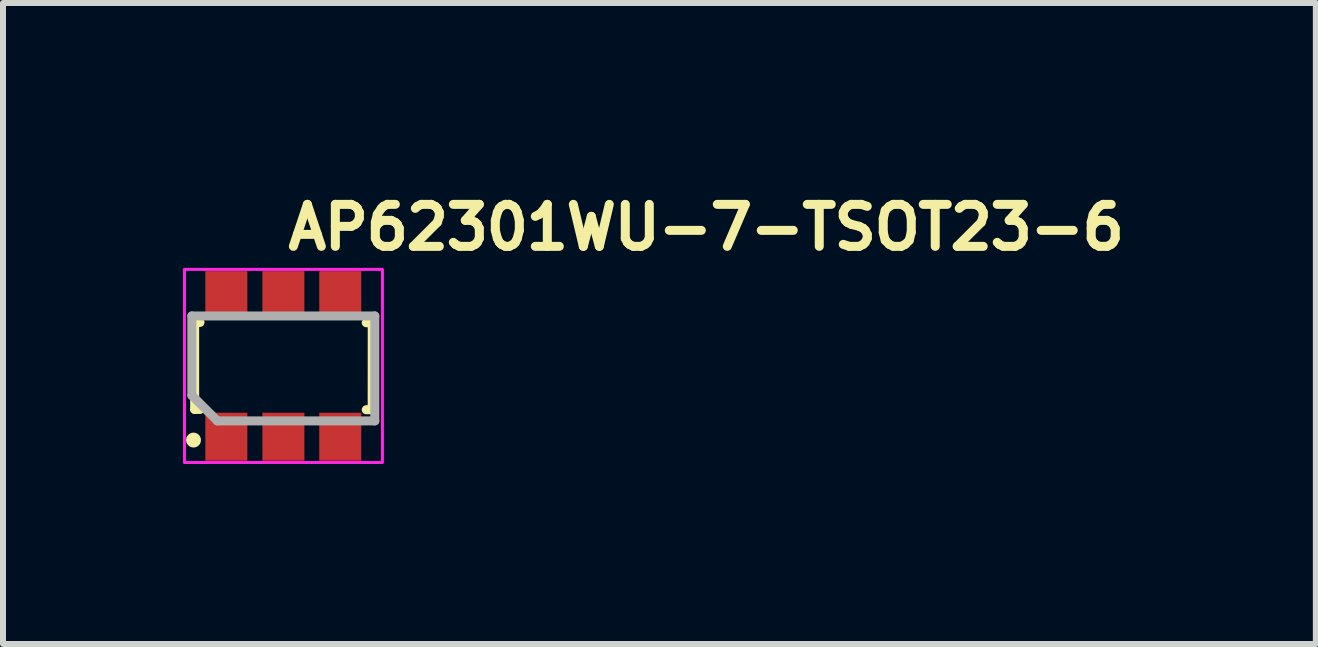
<source format=kicad_pcb>
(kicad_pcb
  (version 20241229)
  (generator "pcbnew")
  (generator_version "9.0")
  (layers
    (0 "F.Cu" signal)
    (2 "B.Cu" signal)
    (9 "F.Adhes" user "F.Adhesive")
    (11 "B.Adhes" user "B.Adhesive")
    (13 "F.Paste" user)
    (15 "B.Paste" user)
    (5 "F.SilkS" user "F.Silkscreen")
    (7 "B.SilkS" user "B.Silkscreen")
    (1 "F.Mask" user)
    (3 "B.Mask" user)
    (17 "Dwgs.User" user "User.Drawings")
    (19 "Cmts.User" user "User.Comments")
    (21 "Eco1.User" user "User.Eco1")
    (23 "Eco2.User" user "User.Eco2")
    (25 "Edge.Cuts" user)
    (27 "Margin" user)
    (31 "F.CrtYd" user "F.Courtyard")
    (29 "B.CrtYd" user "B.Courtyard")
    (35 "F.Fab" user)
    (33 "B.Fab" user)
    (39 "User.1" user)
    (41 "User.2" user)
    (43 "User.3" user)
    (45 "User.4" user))
  (footprint "AP62301WU-7-TSOT23-6"
    (layer "F.Cu")
    (at 1.675 3.05)
    (property "Reference" "AP62301WU-7-TSOT23-6" (at 0 -1.9 0) (layer "F.SilkS") (effects (font (size 0.7 0.7) (thickness 0.15)) (justify left bottom)))
    (attr smd)
    (fp_line (start -1.48 0.725) (end -1.48 -0.725) (stroke (width 0.15) (type solid)) (layer "F.SilkS"))
    (fp_line (start -1.48 0.725) (end -1.391 0.725) (stroke (width 0.15) (type solid)) (layer "F.SilkS"))
    (fp_line (start -1.48 -0.725) (end -1.391 -0.725) (stroke (width 0.15) (type solid)) (layer "F.SilkS"))
    (fp_line (start 1.479 0.73) (end 1.38 0.73) (stroke (width 0.15) (type solid)) (layer "F.SilkS"))
    (fp_line (start 1.48 -0.72) (end 1.38 -0.72) (stroke (width 0.15) (type solid)) (layer "F.SilkS"))
    (fp_line (start 1.48 -0.72) (end 1.479 0.73) (stroke (width 0.15) (type solid)) (layer "F.SilkS"))
    (fp_circle (center -1.499 1.236) (end -1.45 1.236) (stroke (width 0.15) (type solid)) (fill yes) (layer "F.SilkS"))
    (fp_rect (start -1.65 -1.61) (end 1.65 1.61) (stroke (width 0.05) (type solid)) (fill no) (layer "F.CrtYd"))
    (fp_line (start -1.527 -0.833) (end 1.523 -0.833) (stroke (width 0.15) (type solid)) (layer "F.Fab"))
    (fp_line (start -1.527 0.491) (end -1.527 -0.833) (stroke (width 0.15) (type solid)) (layer "F.Fab"))
    (fp_line (start -1.527 0.491) (end -1.102 0.916) (stroke (width 0.15) (type solid)) (layer "F.Fab"))
    (fp_line (start -1.102 0.916) (end 1.523 0.916) (stroke (width 0.15) (type solid)) (layer "F.Fab"))
    (fp_line (start 1.523 -0.833) (end 1.523 0.916) (stroke (width 0.15) (type solid)) (layer "F.Fab"))
    (fp_rect (start -1.395 -1.215) (end 1.397 1.21) (stroke (width 0.1) (type solid)) (fill no) (layer "User.5"))
    (fp_line (start -1.395 -0.63) (end -1.181 -0.63) (stroke (width 0.02) (type solid)) (layer "User.9"))
    (fp_line (start -1.395 0.64) (end -1.395 -0.63) (stroke (width 0.02) (type solid)) (layer "User.9"))
    (fp_line (start -1.395 0.64) (end -1.212 0.455) (stroke (width 0.02) (type solid)) (layer "User.9"))
    (fp_line (start -1.212 -0.445) (end -1.395 -0.63) (stroke (width 0.02) (type solid)) (layer "User.9"))
    (fp_line (start -1.212 -0.445) (end -1.212 0.455) (stroke (width 0.02) (type solid)) (layer "User.9"))
    (fp_line (start -1.212 0.455) (end 1.212 0.455) (stroke (width 0.02) (type solid)) (layer "User.9"))
    (fp_line (start -1.181 -1.215) (end -0.723 -1.215) (stroke (width 0.02) (type solid)) (layer "User.9"))
    (fp_line (start -1.181 -1.011) (end -1.181 -1.215) (stroke (width 0.02) (type solid)) (layer "User.9"))
    (fp_line (start -1.181 -0.936) (end -1.181 -1.011) (stroke (width 0.02) (type solid)) (layer "User.9"))
    (fp_line (start -1.181 -0.936) (end -0.723 -0.936) (stroke (width 0.02) (type solid)) (layer "User.9"))
    (fp_line (start -1.181 -0.657) (end -1.181 -0.936) (stroke (width 0.02) (type solid)) (layer "User.9"))
    (fp_line (start -1.181 -0.621) (end -1.181 -0.657) (stroke (width 0.02) (type solid)) (layer "User.9"))
    (fp_line (start -1.181 0.63) (end -1.181 0.653) (stroke (width 0.02) (type solid)) (layer "User.9"))
    (fp_line (start -1.181 0.63) (end -0.723 0.63) (stroke (width 0.02) (type solid)) (layer "User.9"))
    (fp_line (start -1.181 0.64) (end -1.395 0.64) (stroke (width 0.02) (type solid)) (layer "User.9"))
    (fp_line (start -1.181 0.653) (end -1.181 0.932) (stroke (width 0.02) (type solid)) (layer "User.9"))
    (fp_line (start -1.181 0.932) (end -1.181 1.008) (stroke (width 0.02) (type solid)) (layer "User.9"))
    (fp_line (start -1.181 1.008) (end -1.181 1.21) (stroke (width 0.02) (type solid)) (layer "User.9"))
    (fp_line (start -0.723 -1.011) (end -0.723 -1.215) (stroke (width 0.02) (type solid)) (layer "User.9"))
    (fp_line (start -0.723 -0.936) (end -0.723 -1.011) (stroke (width 0.02) (type solid)) (layer "User.9"))
    (fp_line (start -0.723 -0.657) (end -0.723 -0.936) (stroke (width 0.02) (type solid)) (layer "User.9"))
    (fp_line (start -0.723 -0.63) (end -0.229 -0.63) (stroke (width 0.02) (type solid)) (layer "User.9"))
    (fp_line (start -0.723 -0.621) (end -1.181 -0.621) (stroke (width 0.02) (type solid)) (layer "User.9"))
    (fp_line (start -0.723 -0.621) (end -0.723 -0.657) (stroke (width 0.02) (type solid)) (layer "User.9"))
    (fp_line (start -0.723 0.63) (end -0.723 0.653) (stroke (width 0.02) (type solid)) (layer "User.9"))
    (fp_line (start -0.723 0.653) (end -0.723 0.932) (stroke (width 0.02) (type solid)) (layer "User.9"))
    (fp_line (start -0.723 0.932) (end -1.181 0.932) (stroke (width 0.02) (type solid)) (layer "User.9"))
    (fp_line (start -0.723 0.932) (end -0.723 1.008) (stroke (width 0.02) (type solid)) (layer "User.9"))
    (fp_line (start -0.723 1.008) (end -0.723 1.21) (stroke (width 0.02) (type solid)) (layer "User.9"))
    (fp_line (start -0.723 1.21) (end -1.181 1.21) (stroke (width 0.02) (type solid)) (layer "User.9"))
    (fp_line (start -0.229 -1.215) (end 0.23 -1.215) (stroke (width 0.02) (type solid)) (layer "User.9"))
    (fp_line (start -0.229 -1.011) (end -0.229 -1.215) (stroke (width 0.02) (type solid)) (layer "User.9"))
    (fp_line (start -0.229 -0.936) (end -0.229 -1.011) (stroke (width 0.02) (type solid)) (layer "User.9"))
    (fp_line (start -0.229 -0.936) (end 0.23 -0.936) (stroke (width 0.02) (type solid)) (layer "User.9"))
    (fp_line (start -0.229 -0.657) (end -0.229 -0.936) (stroke (width 0.02) (type solid)) (layer "User.9"))
    (fp_line (start -0.229 -0.621) (end -0.229 -0.657) (stroke (width 0.02) (type solid)) (layer "User.9"))
    (fp_line (start -0.229 0.63) (end -0.229 0.653) (stroke (width 0.02) (type solid)) (layer "User.9"))
    (fp_line (start -0.229 0.63) (end 0.23 0.63) (stroke (width 0.02) (type solid)) (layer "User.9"))
    (fp_line (start -0.229 0.64) (end -0.723 0.64) (stroke (width 0.02) (type solid)) (layer "User.9"))
    (fp_line (start -0.229 0.653) (end -0.229 0.932) (stroke (width 0.02) (type solid)) (layer "User.9"))
    (fp_line (start -0.229 0.932) (end -0.229 1.008) (stroke (width 0.02) (type solid)) (layer "User.9"))
    (fp_line (start -0.229 1.008) (end -0.229 1.21) (stroke (width 0.02) (type solid)) (layer "User.9"))
    (fp_line (start 0.23 -1.011) (end 0.23 -1.215) (stroke (width 0.02) (type solid)) (layer "User.9"))
    (fp_line (start 0.23 -0.936) (end 0.23 -1.011) (stroke (width 0.02) (type solid)) (layer "User.9"))
    (fp_line (start 0.23 -0.657) (end 0.23 -0.936) (stroke (width 0.02) (type solid)) (layer "User.9"))
    (fp_line (start 0.23 -0.63) (end 0.724 -0.63) (stroke (width 0.02) (type solid)) (layer "User.9"))
    (fp_line (start 0.23 -0.621) (end -0.229 -0.621) (stroke (width 0.02) (type solid)) (layer "User.9"))
    (fp_line (start 0.23 -0.621) (end 0.23 -0.657) (stroke (width 0.02) (type solid)) (layer "User.9"))
    (fp_line (start 0.23 0.63) (end 0.23 0.653) (stroke (width 0.02) (type solid)) (layer "User.9"))
    (fp_line (start 0.23 0.653) (end 0.23 0.932) (stroke (width 0.02) (type solid)) (layer "User.9"))
    (fp_line (start 0.23 0.932) (end -0.229 0.932) (stroke (width 0.02) (type solid)) (layer "User.9"))
    (fp_line (start 0.23 0.932) (end 0.23 1.008) (stroke (width 0.02) (type solid)) (layer "User.9"))
    (fp_line (start 0.23 1.008) (end 0.23 1.21) (stroke (width 0.02) (type solid)) (layer "User.9"))
    (fp_line (start 0.23 1.21) (end -0.229 1.21) (stroke (width 0.02) (type solid)) (layer "User.9"))
    (fp_line (start 0.724 -1.215) (end 1.183 -1.215) (stroke (width 0.02) (type solid)) (layer "User.9"))
    (fp_line (start 0.724 -1.011) (end 0.724 -1.215) (stroke (width 0.02) (type solid)) (layer "User.9"))
    (fp_line (start 0.724 -0.936) (end 0.724 -1.011) (stroke (width 0.02) (type solid)) (layer "User.9"))
    (fp_line (start 0.724 -0.936) (end 1.183 -0.936) (stroke (width 0.02) (type solid)) (layer "User.9"))
    (fp_line (start 0.724 -0.936) (end 1.183 -0.936) (stroke (width 0.02) (type solid)) (layer "User.9"))
    (fp_line (start 0.724 -0.657) (end 0.724 -0.936) (stroke (width 0.02) (type solid)) (layer "User.9"))
    (fp_line (start 0.724 -0.621) (end 0.724 -0.657) (stroke (width 0.02) (type solid)) (layer "User.9"))
    (fp_line (start 0.724 0.63) (end 0.724 0.653) (stroke (width 0.02) (type solid)) (layer "User.9"))
    (fp_line (start 0.724 0.63) (end 1.183 0.63) (stroke (width 0.02) (type solid)) (layer "User.9"))
    (fp_line (start 0.724 0.64) (end 0.23 0.64) (stroke (width 0.02) (type solid)) (layer "User.9"))
    (fp_line (start 0.724 0.653) (end 0.724 0.932) (stroke (width 0.02) (type solid)) (layer "User.9"))
    (fp_line (start 0.724 0.932) (end 0.724 1.008) (stroke (width 0.02) (type solid)) (layer "User.9"))
    (fp_line (start 0.724 1.008) (end 0.724 1.21) (stroke (width 0.02) (type solid)) (layer "User.9"))
    (fp_line (start 1.183 -1.011) (end 1.183 -1.215) (stroke (width 0.02) (type solid)) (layer "User.9"))
    (fp_line (start 1.183 -0.936) (end 1.183 -1.011) (stroke (width 0.02) (type solid)) (layer "User.9"))
    (fp_line (start 1.183 -0.657) (end 1.183 -0.936) (stroke (width 0.02) (type solid)) (layer "User.9"))
    (fp_line (start 1.183 -0.63) (end 1.397 -0.63) (stroke (width 0.02) (type solid)) (layer "User.9"))
    (fp_line (start 1.183 -0.621) (end 0.724 -0.621) (stroke (width 0.02) (type solid)) (layer "User.9"))
    (fp_line (start 1.183 -0.621) (end 1.183 -0.657) (stroke (width 0.02) (type solid)) (layer "User.9"))
    (fp_line (start 1.183 0.63) (end 1.183 0.653) (stroke (width 0.02) (type solid)) (layer "User.9"))
    (fp_line (start 1.183 0.653) (end 1.183 0.932) (stroke (width 0.02) (type solid)) (layer "User.9"))
    (fp_line (start 1.183 0.932) (end 0.724 0.932) (stroke (width 0.02) (type solid)) (layer "User.9"))
    (fp_line (start 1.183 0.932) (end 1.183 1.008) (stroke (width 0.02) (type solid)) (layer "User.9"))
    (fp_line (start 1.183 1.008) (end 1.183 1.21) (stroke (width 0.02) (type solid)) (layer "User.9"))
    (fp_line (start 1.183 1.21) (end 0.724 1.21) (stroke (width 0.02) (type solid)) (layer "User.9"))
    (fp_line (start 1.212 -0.445) (end -1.212 -0.445) (stroke (width 0.02) (type solid)) (layer "User.9"))
    (fp_line (start 1.212 -0.445) (end 1.397 -0.63) (stroke (width 0.02) (type solid)) (layer "User.9"))
    (fp_line (start 1.212 0.455) (end 1.212 -0.445) (stroke (width 0.02) (type solid)) (layer "User.9"))
    (fp_line (start 1.397 -0.63) (end 1.397 0.64) (stroke (width 0.02) (type solid)) (layer "User.9"))
    (fp_line (start 1.397 0.64) (end 1.183 0.64) (stroke (width 0.02) (type solid)) (layer "User.9"))
    (fp_line (start 1.397 0.64) (end 1.212 0.455) (stroke (width 0.02) (type solid)) (layer "User.9"))
    (pad "1" smd rect (at -0.952 1.18) (size 0.7 0.8) (layers "F.Cu" "F.Mask" "F.Paste"))
    (pad "2" smd rect (at -0.001 1.18) (size 0.7 0.8) (layers "F.Cu" "F.Mask" "F.Paste"))
    (pad "3" smd rect (at 0.947 1.18) (size 0.7 0.8) (layers "F.Cu" "F.Mask" "F.Paste"))
    (pad "4" smd rect (at 0.947 -1.18) (size 0.7 0.8) (layers "F.Cu" "F.Mask" "F.Paste"))
    (pad "5" smd rect (at -0.001 -1.18) (size 0.7 0.8) (layers "F.Cu" "F.Mask" "F.Paste"))
    (pad "6" smd rect (at -0.952 -1.18) (size 0.7 0.8) (layers "F.Cu" "F.Mask" "F.Paste")))
  (gr_rect
    (start -3 -3)
    (end 18.885 7.685)
    (stroke (width 0.1) (type default))
    (fill no)
    (layer "Edge.Cuts")))
</source>
